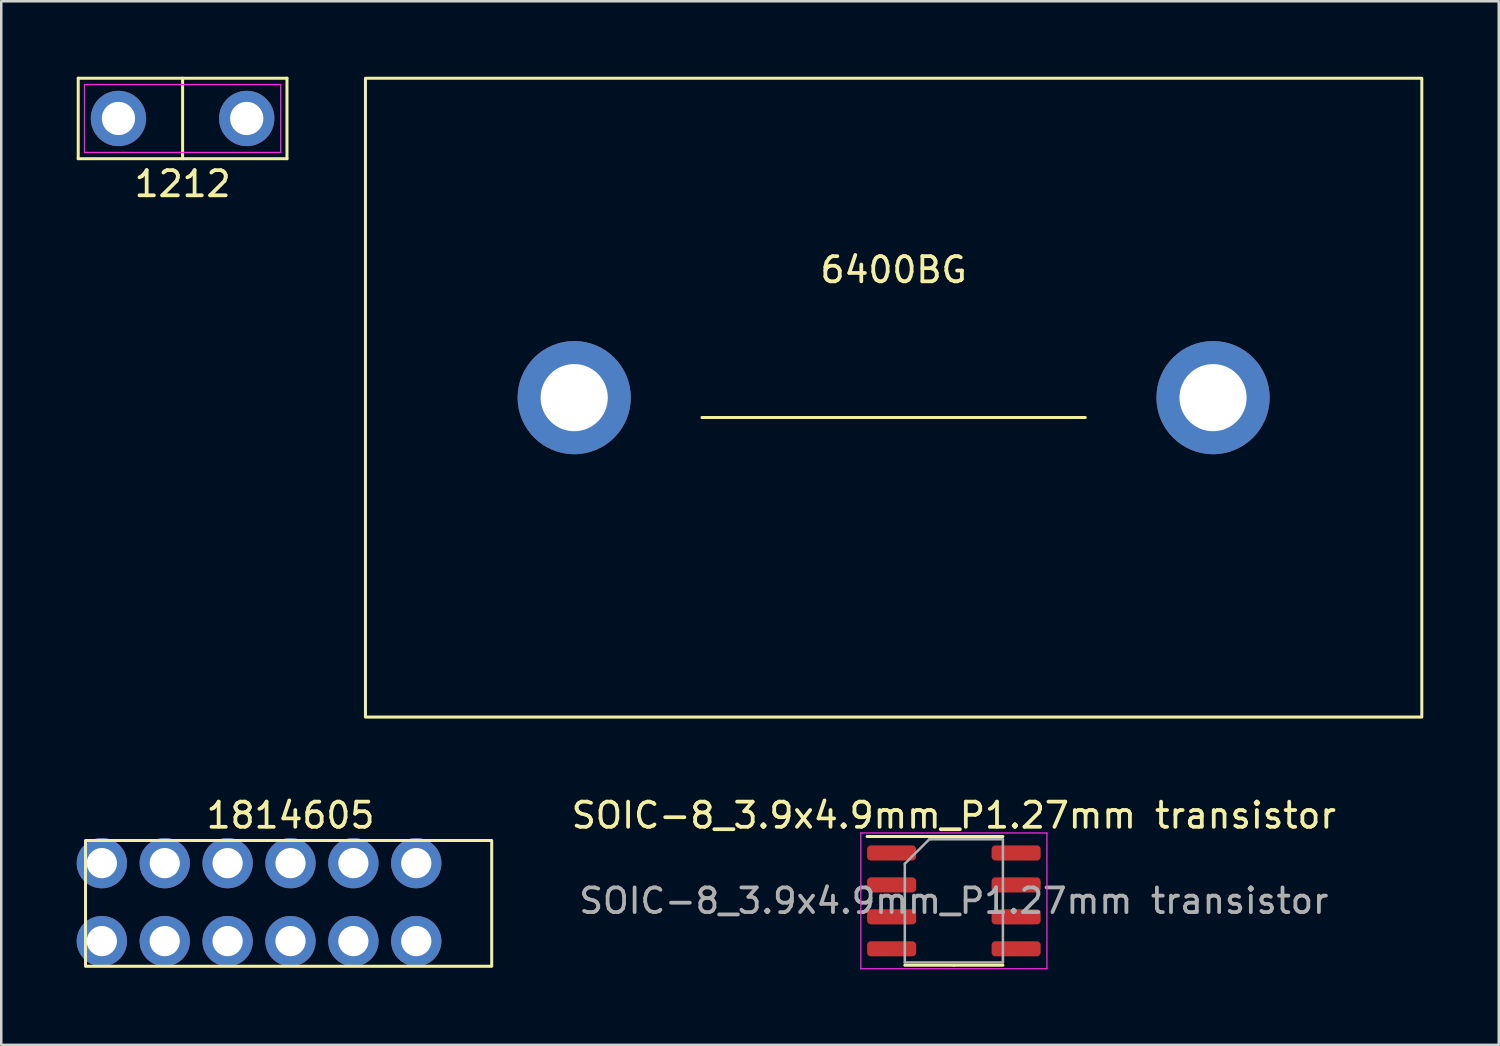
<source format=kicad_pcb>
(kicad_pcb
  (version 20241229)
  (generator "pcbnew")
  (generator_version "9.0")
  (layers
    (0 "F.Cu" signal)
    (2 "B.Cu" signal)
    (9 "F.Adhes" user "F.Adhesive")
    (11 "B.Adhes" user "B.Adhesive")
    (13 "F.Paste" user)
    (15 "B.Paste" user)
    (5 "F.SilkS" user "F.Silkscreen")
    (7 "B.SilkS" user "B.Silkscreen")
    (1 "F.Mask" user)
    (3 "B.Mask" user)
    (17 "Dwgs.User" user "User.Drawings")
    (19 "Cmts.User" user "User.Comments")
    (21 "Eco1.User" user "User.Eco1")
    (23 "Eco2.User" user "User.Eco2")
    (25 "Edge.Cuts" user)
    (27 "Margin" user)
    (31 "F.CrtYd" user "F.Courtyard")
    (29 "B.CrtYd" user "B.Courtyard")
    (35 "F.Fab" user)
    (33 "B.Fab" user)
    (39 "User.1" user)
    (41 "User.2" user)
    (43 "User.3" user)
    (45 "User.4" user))
  (footprint "1814605"
    (layer "F.Cu")
    (at 1 34.368)
    (property "Reference" "1814605" (at 7.5 -5 0) (unlocked yes) (layer "F.SilkS") (effects (font (size 1 1) (thickness 0.15))))
    (attr through_hole)
    (fp_rect (start -0.65 1) (end 15.5 -4) (stroke (width 0.12) (type solid)) (fill no) (layer "F.SilkS"))
    (pad "1" thru_hole circle (at 0 -3.1) (size 2 2) (drill 1.2) (layers "*.Cu" "*.Mask"))
    (pad "1" thru_hole circle (at 0 0) (size 2 2) (drill 1.2) (layers "*.Cu" "*.Mask"))
    (pad "2" thru_hole circle (at 2.5 -3.1) (size 2 2) (drill 1.2) (layers "*.Cu" "*.Mask"))
    (pad "2" thru_hole circle (at 2.5 0) (size 2 2) (drill 1.2) (layers "*.Cu" "*.Mask"))
    (pad "3" thru_hole circle (at 5 -3.1) (size 2 2) (drill 1.2) (layers "*.Cu" "*.Mask"))
    (pad "3" thru_hole circle (at 5 0) (size 2 2) (drill 1.2) (layers "*.Cu" "*.Mask"))
    (pad "4" thru_hole circle (at 7.5 -3.1) (size 2 2) (drill 1.2) (layers "*.Cu" "*.Mask"))
    (pad "4" thru_hole circle (at 7.5 0) (size 2 2) (drill 1.2) (layers "*.Cu" "*.Mask"))
    (pad "5" thru_hole circle (at 10 -3.1) (size 2 2) (drill 1.2) (layers "*.Cu" "*.Mask"))
    (pad "5" thru_hole circle (at 10 0) (size 2 2) (drill 1.2) (layers "*.Cu" "*.Mask"))
    (pad "6" thru_hole circle (at 12.5 -3.1) (size 2 2) (drill 1.2) (layers "*.Cu" "*.Mask"))
    (pad "6" thru_hole circle (at 12.5 0) (size 2 2) (drill 1.2) (layers "*.Cu" "*.Mask")))
  (footprint "6400BG"
    (layer "F.Cu")
    (at 32.48 12.76)
    (property "Reference" "6400BG" (at 0 -5.08 0) (unlocked yes) (layer "F.SilkS") (effects (font (size 1 1) (thickness 0.15))))
    (attr through_hole)
    (fp_line (start -7.62 0.79) (end 7.62 0.79) (stroke (width 0.12) (type solid)) (layer "F.SilkS"))
    (fp_rect (start -21 -12.7) (end 21 12.7) (stroke (width 0.12) (type solid)) (fill no) (layer "F.SilkS"))
    (pad "1" thru_hole circle (at -12.7 0) (size 4.5 4.5) (drill 2.67) (layers "*.Cu" "*.Mask"))
    (pad "2" thru_hole circle (at 12.7 0) (size 4.5 4.5) (drill 2.67) (layers "*.Cu" "*.Mask")))
  (footprint "1212"
    (layer "F.Cu")
    (at 4.21 1.66)
    (property "Reference" "1212" (at 0 2.6 0) (layer "F.SilkS") (effects (font (size 1 1) (thickness 0.15))))
    (fp_line (start -4.15 -1.6) (end 4.15 -1.6) (stroke (width 0.12) (type solid)) (layer "F.SilkS"))
    (fp_line (start -4.15 1.6) (end -4.15 -1.6) (stroke (width 0.12) (type solid)) (layer "F.SilkS"))
    (fp_line (start 0 -1.6) (end 0 1.6) (stroke (width 0.12) (type solid)) (layer "F.SilkS"))
    (fp_line (start 4.15 -1.6) (end 4.15 1.6) (stroke (width 0.12) (type solid)) (layer "F.SilkS"))
    (fp_line (start 4.15 1.6) (end -4.15 1.6) (stroke (width 0.12) (type solid)) (layer "F.SilkS"))
    (fp_line (start -3.9 -1.35) (end 3.9 -1.35) (stroke (width 0.05) (type solid)) (layer "F.CrtYd"))
    (fp_line (start -3.9 1.35) (end -3.9 -1.35) (stroke (width 0.05) (type solid)) (layer "F.CrtYd"))
    (fp_line (start 3.9 -1.35) (end 3.9 1.35) (stroke (width 0.05) (type solid)) (layer "F.CrtYd"))
    (fp_line (start 3.9 1.35) (end -3.9 1.35) (stroke (width 0.05) (type solid)) (layer "F.CrtYd"))
    (pad "1" thru_hole circle (at -2.55 0) (size 2.2 2.2) (drill 1.32) (layers "*.Cu" "*.Mask"))
    (pad "1" thru_hole circle (at 2.55 0) (size 2.2 2.2) (drill 1.32) (layers "*.Cu" "*.Mask")))
  (footprint "SOIC-8_3.9x4.9mm_P1.27mm transistor"
    (layer "F.Cu")
    (at 34.875 32.768)
    (property "Reference" "SOIC-8_3.9x4.9mm_P1.27mm transistor" (at 0 -3.4 0) (layer "F.SilkS") (effects (font (size 1 1) (thickness 0.15))))
    (attr smd)
    (fp_line (start 0 -2.56) (end -3.45 -2.56) (stroke (width 0.12) (type solid)) (layer "F.SilkS"))
    (fp_line (start 0 -2.56) (end 1.95 -2.56) (stroke (width 0.12) (type solid)) (layer "F.SilkS"))
    (fp_line (start 0 2.56) (end -1.95 2.56) (stroke (width 0.12) (type solid)) (layer "F.SilkS"))
    (fp_line (start 0 2.56) (end 1.95 2.56) (stroke (width 0.12) (type solid)) (layer "F.SilkS"))
    (fp_line (start -3.7 -2.7) (end -3.7 2.7) (stroke (width 0.05) (type solid)) (layer "F.CrtYd"))
    (fp_line (start -3.7 2.7) (end 3.7 2.7) (stroke (width 0.05) (type solid)) (layer "F.CrtYd"))
    (fp_line (start 3.7 -2.7) (end -3.7 -2.7) (stroke (width 0.05) (type solid)) (layer "F.CrtYd"))
    (fp_line (start 3.7 2.7) (end 3.7 -2.7) (stroke (width 0.05) (type solid)) (layer "F.CrtYd"))
    (fp_line (start -1.95 -1.475) (end -0.975 -2.45) (stroke (width 0.1) (type solid)) (layer "F.Fab"))
    (fp_line (start -1.95 2.45) (end -1.95 -1.475) (stroke (width 0.1) (type solid)) (layer "F.Fab"))
    (fp_line (start -0.975 -2.45) (end 1.95 -2.45) (stroke (width 0.1) (type solid)) (layer "F.Fab"))
    (fp_line (start 1.95 -2.45) (end 1.95 2.45) (stroke (width 0.1) (type solid)) (layer "F.Fab"))
    (fp_line (start 1.95 2.45) (end -1.95 2.45) (stroke (width 0.1) (type solid)) (layer "F.Fab"))
    (fp_text user "${REFERENCE}" (at 0 0 0) (layer "F.Fab") (effects (font (size 0.98 0.98) (thickness 0.15))))
    (pad "1" smd roundrect (at -2.475 1.905) (size 1.95 0.6) (layers "F.Cu" "F.Mask" "F.Paste") (roundrect_rratio 0.25))
    (pad "2" smd roundrect (at 2.475 -1.905) (size 1.95 0.6) (layers "F.Cu" "F.Mask" "F.Paste") (roundrect_rratio 0.25))
    (pad "2" smd roundrect (at 2.475 -0.635) (size 1.95 0.6) (layers "F.Cu" "F.Mask" "F.Paste") (roundrect_rratio 0.25))
    (pad "2" smd roundrect (at 2.475 0.635) (size 1.95 0.6) (layers "F.Cu" "F.Mask" "F.Paste") (roundrect_rratio 0.25))
    (pad "2" smd roundrect (at 2.475 1.905) (size 1.95 0.6) (layers "F.Cu" "F.Mask" "F.Paste") (roundrect_rratio 0.25))
    (pad "3" smd roundrect (at -2.475 -1.905) (size 1.95 0.6) (layers "F.Cu" "F.Mask" "F.Paste") (roundrect_rratio 0.25))
    (pad "3" smd roundrect (at -2.475 -0.635) (size 1.95 0.6) (layers "F.Cu" "F.Mask" "F.Paste") (roundrect_rratio 0.25))
    (pad "3" smd roundrect (at -2.475 0.635) (size 1.95 0.6) (layers "F.Cu" "F.Mask" "F.Paste") (roundrect_rratio 0.25)))
  (gr_rect
    (start -3 -3)
    (end 56.54 38.493)
    (stroke (width 0.1) (type default))
    (fill no)
    (layer "Edge.Cuts")))
</source>
